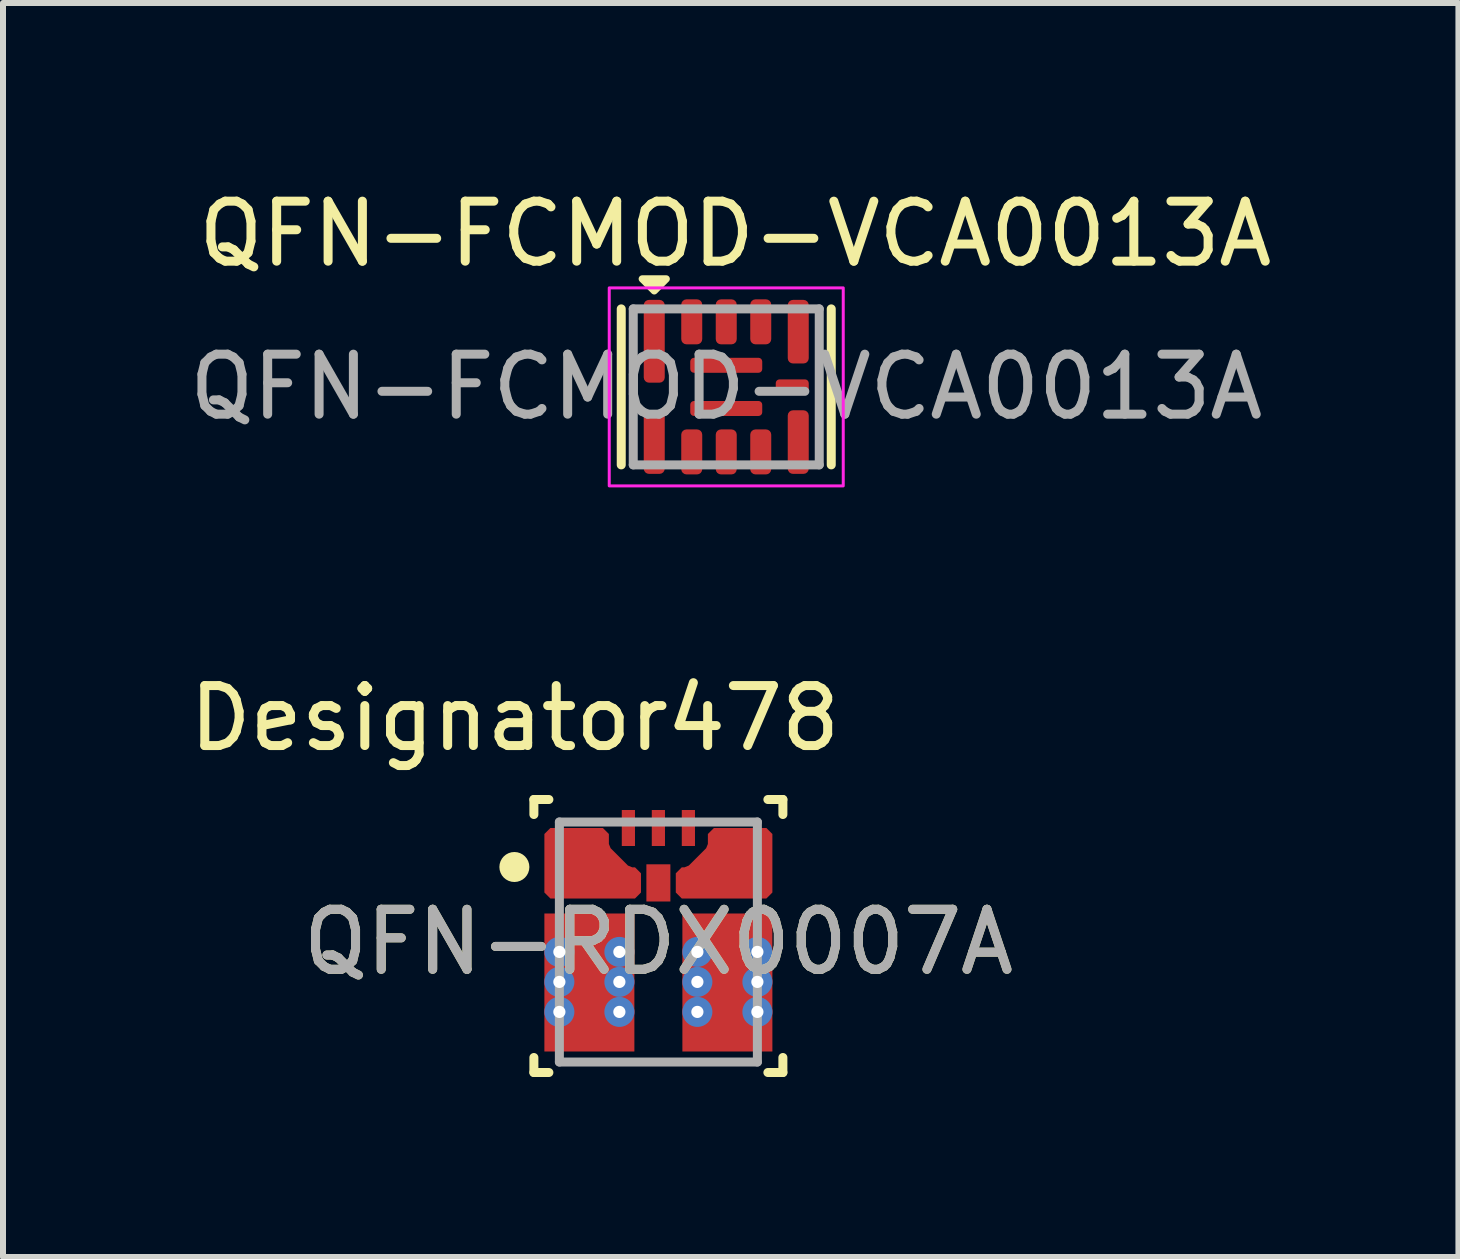
<source format=kicad_pcb>
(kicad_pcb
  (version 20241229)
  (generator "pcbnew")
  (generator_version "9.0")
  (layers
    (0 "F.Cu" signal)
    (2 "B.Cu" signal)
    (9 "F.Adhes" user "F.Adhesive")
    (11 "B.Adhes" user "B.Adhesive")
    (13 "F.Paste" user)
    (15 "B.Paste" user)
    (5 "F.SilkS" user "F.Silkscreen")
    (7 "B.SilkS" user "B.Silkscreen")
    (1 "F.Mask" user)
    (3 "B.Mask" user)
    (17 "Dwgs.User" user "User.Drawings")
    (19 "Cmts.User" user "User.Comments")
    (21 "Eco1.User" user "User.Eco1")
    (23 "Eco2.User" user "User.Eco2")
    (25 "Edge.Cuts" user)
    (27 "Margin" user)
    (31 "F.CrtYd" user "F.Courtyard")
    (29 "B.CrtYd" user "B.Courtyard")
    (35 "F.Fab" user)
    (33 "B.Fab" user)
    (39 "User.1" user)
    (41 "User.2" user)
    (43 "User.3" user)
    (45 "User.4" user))
  (footprint "QFN-RDX0007A"
    (layer "F.Cu")
    (at 7.923 12.65)
    (property "Reference" "QFN-RDX0007A" (at 0 0 0) (unlocked yes) (layer "F.SilkS") (effects (font (size 1 1) (thickness 0.15))))
    (attr through_hole)
    (fp_poly (pts (xy -0.2 -0.675) (xy 0.2 -0.675) (xy 0.2 -1.295) (xy -0.2 -1.295)) (stroke (width 0) (type solid)) (fill yes) (layer "F.Cu"))
    (fp_poly (pts (xy -1.9 -1.8) (xy -1.8 -1.9) (xy -0.925 -1.9) (xy -0.825 -1.8) (xy -0.825 -1.634) (xy -0.796 -1.563) (xy -0.507 -1.274) (xy -0.436 -1.245) (xy -0.39 -1.245) (xy -0.29 -1.145) (xy -0.29 -0.825) (xy -0.39 -0.725) (xy -1.8 -0.725) (xy -1.9 -0.825)) (stroke (width 0) (type solid)) (fill yes) (layer "F.Cu"))
    (fp_poly (pts (xy 1.9 -1.8) (xy 1.8 -1.9) (xy 0.925 -1.9) (xy 0.825 -1.8) (xy 0.825 -1.634) (xy 0.796 -1.563) (xy 0.507 -1.274) (xy 0.436 -1.245) (xy 0.39 -1.245) (xy 0.29 -1.145) (xy 0.29 -0.825) (xy 0.39 -0.725) (xy 1.8 -0.725) (xy 1.9 -0.825)) (stroke (width 0) (type solid)) (fill yes) (layer "F.Cu"))
    (fp_poly (pts (xy -0.44 -2.25) (xy -0.34 -2.15) (xy -0.34 -1.65) (xy -0.44 -1.55) (xy -0.56 -1.55) (xy -0.66 -1.65) (xy -0.66 -2.15) (xy -0.56 -2.25)) (stroke (width 0) (type solid)) (fill yes) (layer "F.Mask"))
    (fp_poly (pts (xy -0.16 -2.15) (xy -0.06 -2.25) (xy 0.06 -2.25) (xy 0.16 -2.15) (xy 0.16 -1.65) (xy 0.06 -1.55) (xy -0.06 -1.55) (xy -0.16 -1.65)) (stroke (width 0) (type solid)) (fill yes) (layer "F.Mask"))
    (fp_poly (pts (xy 0.56 -1.55) (xy 0.44 -1.55) (xy 0.34 -1.65) (xy 0.34 -2.15) (xy 0.44 -2.25) (xy 0.56 -2.25) (xy 0.66 -2.15) (xy 0.66 -1.65)) (stroke (width 0) (type solid)) (fill yes) (layer "F.Mask"))
    (fp_poly (pts (xy -0.925 -1.85) (xy -0.875 -1.8) (xy -0.875 -1.593) (xy -0.86 -1.557) (xy -0.513 -1.21) (xy -0.477 -1.195) (xy -0.39 -1.195) (xy -0.34 -1.145) (xy -0.34 -0.825) (xy -0.39 -0.775) (xy -1.4 -0.775) (xy -1.45 -0.825) (xy -1.5 -0.875) (xy -1.8 -0.875) (xy -1.85 -0.925) (xy -1.85 -1.075) (xy -1.8 -1.125) (xy -1.5 -1.125) (xy -1.45 -1.175) (xy -1.45 -1.325) (xy -1.5 -1.375) (xy -1.8 -1.375) (xy -1.85 -1.425) (xy -1.85 -1.575) (xy -1.8 -1.625) (xy -1.5 -1.625) (xy -1.45 -1.675) (xy -1.45 -1.8) (xy -1.4 -1.85)) (stroke (width 0) (type solid)) (fill yes) (layer "F.Mask"))
    (fp_poly (pts (xy 0.925 -1.85) (xy 0.875 -1.8) (xy 0.875 -1.593) (xy 0.86 -1.557) (xy 0.513 -1.21) (xy 0.477 -1.195) (xy 0.39 -1.195) (xy 0.34 -1.145) (xy 0.34 -0.825) (xy 0.39 -0.775) (xy 1.4 -0.775) (xy 1.45 -0.825) (xy 1.5 -0.875) (xy 1.8 -0.875) (xy 1.85 -0.925) (xy 1.85 -1.075) (xy 1.8 -1.125) (xy 1.5 -1.125) (xy 1.45 -1.175) (xy 1.45 -1.325) (xy 1.5 -1.375) (xy 1.8 -1.375) (xy 1.85 -1.425) (xy 1.85 -1.575) (xy 1.8 -1.625) (xy 1.5 -1.625) (xy 1.45 -1.675) (xy 1.45 -1.8) (xy 1.4 -1.85)) (stroke (width 0) (type solid)) (fill yes) (layer "F.Mask"))
    (fp_poly (pts (xy -0.5 -0.425) (xy -0.45 -0.375) (xy -0.45 1.725) (xy -0.5 1.775) (xy -1.4 1.775) (xy -1.45 1.725) (xy -1.45 1.59) (xy -1.5 1.54) (xy -1.8 1.54) (xy -1.85 1.49) (xy -1.85 1.34) (xy -1.8 1.29) (xy -1.5 1.29) (xy -1.45 1.24) (xy -1.45 1.09) (xy -1.5 1.04) (xy -1.8 1.04) (xy -1.85 0.99) (xy -1.85 0.84) (xy -1.8 0.79) (xy -1.5 0.79) (xy -1.45 0.74) (xy -1.45 0.59) (xy -1.5 0.54) (xy -1.8 0.54) (xy -1.85 0.49) (xy -1.85 0.34) (xy -1.8 0.29) (xy -1.5 0.29) (xy -1.45 0.24) (xy -1.45 0.09) (xy -1.5 0.04) (xy -1.8 0.04) (xy -1.85 -0.01) (xy -1.85 -0.16) (xy -1.8 -0.21) (xy -1.5 -0.21) (xy -1.45 -0.26) (xy -1.45 -0.375) (xy -1.4 -0.425)) (stroke (width 0) (type solid)) (fill yes) (layer "F.Mask"))
    (fp_poly (pts (xy 0.5 -0.425) (xy 0.45 -0.375) (xy 0.45 1.725) (xy 0.5 1.775) (xy 1.4 1.775) (xy 1.45 1.725) (xy 1.45 1.59) (xy 1.5 1.54) (xy 1.8 1.54) (xy 1.85 1.49) (xy 1.85 1.34) (xy 1.8 1.29) (xy 1.5 1.29) (xy 1.45 1.24) (xy 1.45 1.09) (xy 1.5 1.04) (xy 1.8 1.04) (xy 1.85 0.99) (xy 1.85 0.84) (xy 1.8 0.79) (xy 1.5 0.79) (xy 1.45 0.74) (xy 1.45 0.59) (xy 1.5 0.54) (xy 1.8 0.54) (xy 1.85 0.49) (xy 1.85 0.34) (xy 1.8 0.29) (xy 1.5 0.29) (xy 1.45 0.24) (xy 1.45 0.09) (xy 1.5 0.04) (xy 1.8 0.04) (xy 1.85 -0.01) (xy 1.85 -0.16) (xy 1.8 -0.21) (xy 1.5 -0.21) (xy 1.45 -0.26) (xy 1.45 -0.375) (xy 1.4 -0.425)) (stroke (width 0) (type solid)) (fill yes) (layer "F.Mask"))
    (fp_line (start -2.075 -2.375) (end -1.825 -2.375) (stroke (width 0.15) (type solid)) (layer "F.SilkS"))
    (fp_line (start -2.075 -2.125) (end -2.075 -2.375) (stroke (width 0.15) (type solid)) (layer "F.SilkS"))
    (fp_line (start -2.075 2.175) (end -2.075 1.925) (stroke (width 0.15) (type solid)) (layer "F.SilkS"))
    (fp_line (start -2.075 2.175) (end -1.825 2.175) (stroke (width 0.15) (type solid)) (layer "F.SilkS"))
    (fp_line (start 1.825 -2.375) (end 2.075 -2.375) (stroke (width 0.15) (type solid)) (layer "F.SilkS"))
    (fp_line (start 1.825 2.175) (end 2.075 2.175) (stroke (width 0.15) (type solid)) (layer "F.SilkS"))
    (fp_line (start 2.075 -2.125) (end 2.075 -2.375) (stroke (width 0.15) (type solid)) (layer "F.SilkS"))
    (fp_line (start 2.075 2.175) (end 2.075 1.925) (stroke (width 0.15) (type solid)) (layer "F.SilkS"))
    (fp_circle (center -2.4 -1.25) (end -2.275 -1.25) (stroke (width 0.25) (type solid)) (fill no) (layer "F.SilkS"))
    (fp_poly (pts (xy -1.85 -1.575) (xy -1.8 -1.625) (xy -1.45 -1.625) (xy -1.4 -1.575) (xy -1.4 -1.425) (xy -1.45 -1.375) (xy -1.8 -1.375) (xy -1.85 -1.425)) (stroke (width 0) (type solid)) (fill yes) (layer "F.Paste"))
    (fp_poly (pts (xy -1.8 -1.125) (xy -1.45 -1.125) (xy -1.4 -1.075) (xy -1.4 -0.925) (xy -1.45 -0.875) (xy -1.8 -0.875) (xy -1.85 -0.925) (xy -1.85 -1.075)) (stroke (width 0) (type solid)) (fill yes) (layer "F.Paste"))
    (fp_poly (pts (xy 1.85 -1.575) (xy 1.85 -1.425) (xy 1.8 -1.375) (xy 1.45 -1.375) (xy 1.4 -1.425) (xy 1.4 -1.575) (xy 1.45 -1.625) (xy 1.8 -1.625)) (stroke (width 0) (type solid)) (fill yes) (layer "F.Paste"))
    (fp_poly (pts (xy 1.85 -1.075) (xy 1.85 -0.925) (xy 1.8 -0.875) (xy 1.45 -0.875) (xy 1.4 -0.925) (xy 1.4 -1.075) (xy 1.45 -1.125) (xy 1.8 -1.125)) (stroke (width 0) (type solid)) (fill yes) (layer "F.Paste"))
    (fp_poly (pts (xy -0.95 -1.84) (xy -0.9 -1.79) (xy -0.9 -1.596) (xy -0.885 -1.56) (xy -0.525 -1.2) (xy -0.489 -1.185) (xy -0.4 -1.185) (xy -0.35 -1.135) (xy -0.35 -0.835) (xy -0.4 -0.785) (xy -1.15 -0.785) (xy -1.2 -0.835) (xy -1.2 -1.79) (xy -1.15 -1.84)) (stroke (width 0) (type solid)) (fill yes) (layer "F.Paste"))
    (fp_poly (pts (xy 0.95 -1.84) (xy 0.9 -1.79) (xy 0.9 -1.596) (xy 0.885 -1.56) (xy 0.525 -1.2) (xy 0.489 -1.185) (xy 0.4 -1.185) (xy 0.35 -1.135) (xy 0.35 -0.835) (xy 0.4 -0.785) (xy 1.15 -0.785) (xy 1.2 -0.835) (xy 1.2 -1.79) (xy 1.15 -1.84)) (stroke (width 0) (type solid)) (fill yes) (layer "F.Paste"))
    (fp_poly (pts (xy -0.46 1.655) (xy -0.51 1.705) (xy -1.35 1.705) (xy -1.4 1.655) (xy -1.4 1.59) (xy -1.45 1.54) (xy -1.8 1.54) (xy -1.85 1.49) (xy -1.85 1.34) (xy -1.8 1.29) (xy -1.3 1.29) (xy -1.25 1.24) (xy -1.25 1.09) (xy -1.3 1.04) (xy -1.8 1.04) (xy -1.85 0.99) (xy -1.85 0.84) (xy -1.8 0.79) (xy -1.3 0.79) (xy -1.25 0.74) (xy -1.25 0.59) (xy -1.3 0.54) (xy -1.8 0.54) (xy -1.85 0.49) (xy -1.85 0.34) (xy -1.8 0.29) (xy -1.3 0.29) (xy -1.25 0.24) (xy -1.25 0.09) (xy -1.3 0.04) (xy -1.8 0.04) (xy -1.85 -0.01) (xy -1.85 -0.16) (xy -1.8 -0.21) (xy -1.45 -0.21) (xy -1.4 -0.26) (xy -1.4 -0.325) (xy -1.35 -0.375) (xy -0.51 -0.375) (xy -0.46 -0.325) (xy -0.46 0.015) (xy -0.51 0.065) (xy -0.88 0.065) (xy -0.93 0.115) (xy -0.93 0.215) (xy -0.88 0.265) (xy -0.51 0.265) (xy -0.46 0.315) (xy -0.46 0.515) (xy -0.51 0.565) (xy -0.88 0.565) (xy -0.93 0.615) (xy -0.93 0.715) (xy -0.88 0.765) (xy -0.51 0.765) (xy -0.46 0.815) (xy -0.46 1.015) (xy -0.51 1.065) (xy -0.88 1.065) (xy -0.93 1.115) (xy -0.93 1.215) (xy -0.88 1.265) (xy -0.51 1.265) (xy -0.46 1.315)) (stroke (width 0) (type solid)) (fill yes) (layer "F.Paste"))
    (fp_poly (pts (xy 0.46 1.655) (xy 0.51 1.705) (xy 1.35 1.705) (xy 1.4 1.655) (xy 1.4 1.59) (xy 1.45 1.54) (xy 1.8 1.54) (xy 1.85 1.49) (xy 1.85 1.34) (xy 1.8 1.29) (xy 1.3 1.29) (xy 1.25 1.24) (xy 1.25 1.09) (xy 1.3 1.04) (xy 1.8 1.04) (xy 1.85 0.99) (xy 1.85 0.84) (xy 1.8 0.79) (xy 1.3 0.79) (xy 1.25 0.74) (xy 1.25 0.59) (xy 1.3 0.54) (xy 1.8 0.54) (xy 1.85 0.49) (xy 1.85 0.34) (xy 1.8 0.29) (xy 1.3 0.29) (xy 1.25 0.24) (xy 1.25 0.09) (xy 1.3 0.04) (xy 1.8 0.04) (xy 1.85 -0.01) (xy 1.85 -0.16) (xy 1.8 -0.21) (xy 1.45 -0.21) (xy 1.4 -0.26) (xy 1.4 -0.325) (xy 1.35 -0.375) (xy 0.51 -0.375) (xy 0.46 -0.325) (xy 0.46 0.015) (xy 0.51 0.065) (xy 0.88 0.065) (xy 0.93 0.115) (xy 0.93 0.215) (xy 0.88 0.265) (xy 0.51 0.265) (xy 0.46 0.315) (xy 0.46 0.515) (xy 0.51 0.565) (xy 0.88 0.565) (xy 0.93 0.615) (xy 0.93 0.715) (xy 0.88 0.765) (xy 0.51 0.765) (xy 0.46 0.815) (xy 0.46 1.015) (xy 0.51 1.065) (xy 0.88 1.065) (xy 0.93 1.115) (xy 0.93 1.215) (xy 0.88 1.265) (xy 0.51 1.265) (xy 0.46 1.315)) (stroke (width 0) (type solid)) (fill yes) (layer "F.Paste"))
    (fp_line (start -1.65 -2) (end 1.65 -2) (stroke (width 0.15) (type solid)) (layer "F.Fab"))
    (fp_line (start -1.65 2) (end -1.65 -2) (stroke (width 0.15) (type solid)) (layer "F.Fab"))
    (fp_line (start -1.65 2) (end 1.65 2) (stroke (width 0.15) (type solid)) (layer "F.Fab"))
    (fp_line (start 1.65 2) (end 1.65 -2) (stroke (width 0.15) (type solid)) (layer "F.Fab"))
    (fp_text user "Designator478" (at -2.393 -3.729 0) (unlocked yes) (layer "F.SilkS") (effects (font (size 1 1) (thickness 0.15))))
    (fp_text user "${REFERENCE}" (at 0 0 0) (unlocked yes) (layer "F.Fab") (effects (font (size 1 1) (thickness 0.15))))
    (pad "1" smd circle (at -1.312 -1.312) (size 1.025 1.025) (layers "F.Cu"))
    (pad "2" smd rect (at -1.15 0.675) (size 1.5 2.3) (layers "F.Cu"))
    (pad "3" smd rect (at 1.15 0.675) (size 1.5 2.3) (layers "F.Cu"))
    (pad "4" smd circle (at 1.281 -1.276) (size 0.991 0.991) (layers "F.Cu"))
    (pad "5" smd rect (at 0.5 -1.9) (size 0.22 0.6) (layers "F.Cu" "F.Paste"))
    (pad "6" smd rect (at 0 -1.9) (size 0.22 0.6) (layers "F.Cu" "F.Paste"))
    (pad "7" smd rect (at -0.5 -1.9) (size 0.22 0.6) (layers "F.Cu" "F.Paste"))
    (pad "8" thru_hole circle (at -1.65 0.165) (size 0.5 0.5) (drill 0.203) (layers "*.Cu" "*.Mask"))
    (pad "9" thru_hole circle (at -1.65 0.665) (size 0.5 0.5) (drill 0.203) (layers "*.Cu" "*.Mask"))
    (pad "10" thru_hole circle (at -1.65 1.165) (size 0.5 0.5) (drill 0.203) (layers "*.Cu" "*.Mask"))
    (pad "11" thru_hole circle (at 1.65 0.165) (size 0.5 0.5) (drill 0.203) (layers "*.Cu" "*.Mask"))
    (pad "12" thru_hole circle (at 1.65 0.665) (size 0.5 0.5) (drill 0.203) (layers "*.Cu" "*.Mask"))
    (pad "13" thru_hole circle (at 1.65 1.165) (size 0.5 0.5) (drill 0.203) (layers "*.Cu" "*.Mask"))
    (pad "14" thru_hole circle (at -0.65 0.165) (size 0.5 0.5) (drill 0.203) (layers "*.Cu" "*.Mask"))
    (pad "15" thru_hole circle (at -0.65 0.665) (size 0.5 0.5) (drill 0.203) (layers "*.Cu" "*.Mask"))
    (pad "16" thru_hole circle (at -0.65 1.165) (size 0.5 0.5) (drill 0.203) (layers "*.Cu" "*.Mask"))
    (pad "17" thru_hole circle (at 0.65 0.165) (size 0.5 0.5) (drill 0.203) (layers "*.Cu" "*.Mask"))
    (pad "18" thru_hole circle (at 0.65 0.665) (size 0.5 0.5) (drill 0.203) (layers "*.Cu" "*.Mask"))
    (pad "19" thru_hole circle (at 0.65 1.165) (size 0.5 0.5) (drill 0.203) (layers "*.Cu" "*.Mask")))
  (footprint "QFN-FCMOD-VCA0013A"
    (layer "F.Cu")
    (at 9.054 3.398)
    (property "Reference" "QFN-FCMOD-VCA0013A" (at 0.15 -2.55 0) (unlocked yes) (layer "F.SilkS") (effects (font (size 1 1) (thickness 0.15))))
    (attr smd)
    (fp_line (start -1.75 1.3) (end -1.75 -1.3) (stroke (width 0.15) (type solid)) (layer "F.SilkS"))
    (fp_line (start 1.75 1.3) (end 1.75 -1.3) (stroke (width 0.15) (type solid)) (layer "F.SilkS"))
    (fp_poly (pts (xy -1.2 -1.6) (xy -1.4 -1.8) (xy -1 -1.8)) (stroke (width 0.12) (type solid)) (fill yes) (layer "F.SilkS"))
    (fp_rect (start -1.95 -1.65) (end 1.95 1.65) (stroke (width 0.05) (type default)) (fill no) (layer "F.CrtYd"))
    (fp_line (start -1.55 -1.3) (end 1.55 -1.3) (stroke (width 0.15) (type solid)) (layer "F.Fab"))
    (fp_line (start -1.55 1.3) (end -1.55 -1.3) (stroke (width 0.15) (type solid)) (layer "F.Fab"))
    (fp_line (start -1.55 1.3) (end 1.55 1.3) (stroke (width 0.15) (type solid)) (layer "F.Fab"))
    (fp_line (start 1.55 1.3) (end 1.55 -1.3) (stroke (width 0.15) (type solid)) (layer "F.Fab"))
    (fp_text user "${REFERENCE}" (at 0 0 0) (unlocked yes) (layer "F.Fab") (effects (font (size 1 1) (thickness 0.15))))
    (pad "1" smd roundrect (at -1.2 -0.76) (size 0.35 1.38) (layers "F.Cu" "F.Mask" "F.Paste") (roundrect_rratio 0.25))
    (pad "2" smd roundrect (at -1.2 0.92) (size 0.35 1.06) (layers "F.Cu" "F.Mask" "F.Paste") (roundrect_rratio 0.25))
    (pad "3" smd roundrect (at -0.575 1.084) (size 0.35 0.75) (layers "F.Cu" "F.Mask" "F.Paste") (roundrect_rratio 0.25))
    (pad "4" smd roundrect (at 0 1.084) (size 0.35 0.75) (layers "F.Cu" "F.Mask" "F.Paste") (roundrect_rratio 0.25))
    (pad "5" smd roundrect (at 0.575 1.084) (size 0.35 0.75) (layers "F.Cu" "F.Mask" "F.Paste") (roundrect_rratio 0.25))
    (pad "6" smd roundrect (at 1.2 0.92) (size 0.35 1.06) (layers "F.Cu" "F.Mask" "F.Paste") (roundrect_rratio 0.25))
    (pad "7" smd roundrect (at 1.1 0) (size 0.55 0.25) (layers "F.Cu" "F.Mask" "F.Paste") (roundrect_rratio 0.25))
    (pad "8" smd roundrect (at 1.2 -0.92) (size 0.35 1.06) (layers "F.Cu" "F.Mask" "F.Paste") (roundrect_rratio 0.25))
    (pad "9" smd roundrect (at 0.575 -1.084) (size 0.35 0.75) (layers "F.Cu" "F.Mask" "F.Paste") (roundrect_rratio 0.25))
    (pad "10" smd roundrect (at 0 -1.084) (size 0.35 0.75) (layers "F.Cu" "F.Mask" "F.Paste") (roundrect_rratio 0.25))
    (pad "11" smd roundrect (at -0.575 -1.084) (size 0.35 0.75) (layers "F.Cu" "F.Mask" "F.Paste") (roundrect_rratio 0.25))
    (pad "12" smd roundrect (at 0 0.36) (size 1.2 0.25) (layers "F.Cu" "F.Mask" "F.Paste") (roundrect_rratio 0.25))
    (pad "13" smd roundrect (at 0 -0.36) (size 1.2 0.25) (layers "F.Cu" "F.Mask" "F.Paste") (roundrect_rratio 0.25)))
  (gr_rect
    (start -3 -3)
    (end 21.257 17.9)
    (stroke (width 0.1) (type default))
    (fill no)
    (layer "Edge.Cuts")))
</source>
